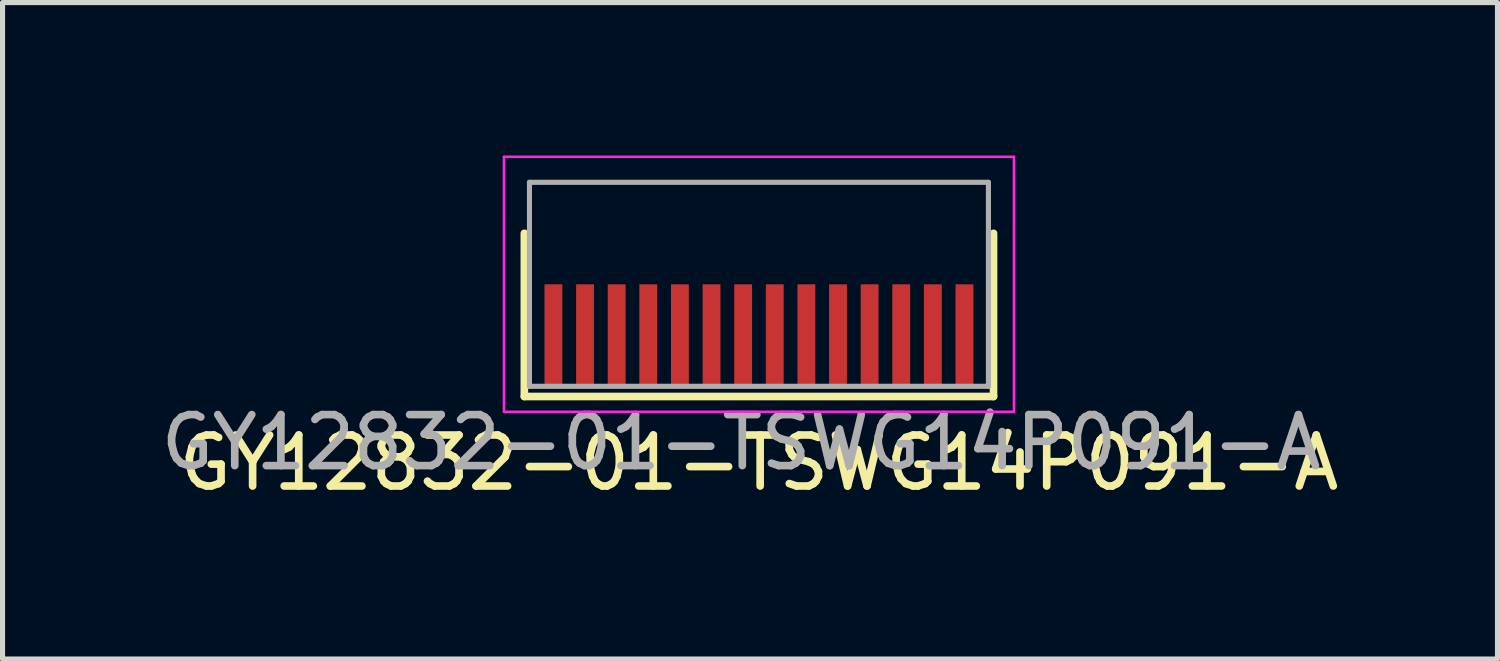
<source format=kicad_pcb>
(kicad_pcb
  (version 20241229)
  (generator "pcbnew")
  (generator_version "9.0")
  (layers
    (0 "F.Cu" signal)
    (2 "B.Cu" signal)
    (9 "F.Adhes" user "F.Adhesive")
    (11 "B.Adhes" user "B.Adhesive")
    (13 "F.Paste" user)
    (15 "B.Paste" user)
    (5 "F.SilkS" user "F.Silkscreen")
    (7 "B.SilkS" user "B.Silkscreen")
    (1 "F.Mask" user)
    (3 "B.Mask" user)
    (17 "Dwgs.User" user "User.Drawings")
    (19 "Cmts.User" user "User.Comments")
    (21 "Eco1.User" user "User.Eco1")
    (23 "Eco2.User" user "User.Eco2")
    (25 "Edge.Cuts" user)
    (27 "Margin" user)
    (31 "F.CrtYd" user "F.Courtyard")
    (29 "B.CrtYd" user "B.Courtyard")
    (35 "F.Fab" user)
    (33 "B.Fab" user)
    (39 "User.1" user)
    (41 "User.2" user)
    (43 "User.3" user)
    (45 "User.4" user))
  (footprint "GY12832-01-TSWG14P091-A"
    (layer "F.Cu")
    (at 11.832 3.525)
    (property "Reference" "GY12832-01-TSWG14P091-A" (at 0 2.5 0) (layer "F.SilkS") (effects (font (size 1 1) (thickness 0.15))))
    (attr smd)
    (fp_line (start -4.6 -2) (end -4.6 1.2) (stroke (width 0.15) (type solid)) (layer "F.SilkS"))
    (fp_line (start -4.6 1.2) (end 4.6 1.2) (stroke (width 0.15) (type solid)) (layer "F.SilkS"))
    (fp_line (start 4.6 1.2) (end 4.6 -2) (stroke (width 0.15) (type solid)) (layer "F.SilkS"))
    (fp_line (start -5 -3.5) (end -5 1.5) (stroke (width 0.05) (type solid)) (layer "F.CrtYd"))
    (fp_line (start 5 -3.5) (end -5 -3.5) (stroke (width 0.05) (type solid)) (layer "F.CrtYd"))
    (fp_line (start 5 -3.5) (end 5 1.5) (stroke (width 0.05) (type solid)) (layer "F.CrtYd"))
    (fp_line (start 5 1.5) (end -5 1.5) (stroke (width 0.05) (type solid)) (layer "F.CrtYd"))
    (fp_line (start -4.5 -3) (end 4.5 -3) (stroke (width 0.1) (type solid)) (layer "F.Fab"))
    (fp_line (start -4.5 1) (end -4.5 -3) (stroke (width 0.1) (type solid)) (layer "F.Fab"))
    (fp_line (start -4.5 1) (end 4.5 1) (stroke (width 0.1) (type solid)) (layer "F.Fab"))
    (fp_line (start 4.5 1) (end 4.5 -3) (stroke (width 0.1) (type solid)) (layer "F.Fab"))
    (fp_text user "${REFERENCE}" (at -0.35 2.1 0) (layer "F.Fab") (effects (font (size 1 1) (thickness 0.15))))
    (pad "1" smd rect (at -4.03 0) (size 0.35 2) (layers "F.Cu" "F.Mask" "F.Paste"))
    (pad "2" smd rect (at -3.41 0) (size 0.35 2) (layers "F.Cu" "F.Mask" "F.Paste"))
    (pad "3" smd rect (at -2.79 0) (size 0.35 2) (layers "F.Cu" "F.Mask" "F.Paste"))
    (pad "4" smd rect (at -2.17 0) (size 0.35 2) (layers "F.Cu" "F.Mask" "F.Paste"))
    (pad "5" smd rect (at -1.55 0) (size 0.35 2) (layers "F.Cu" "F.Mask" "F.Paste"))
    (pad "6" smd rect (at -0.93 0) (size 0.35 2) (layers "F.Cu" "F.Mask" "F.Paste"))
    (pad "7" smd rect (at -0.31 0) (size 0.35 2) (layers "F.Cu" "F.Mask" "F.Paste"))
    (pad "8" smd rect (at 0.31 0) (size 0.35 2) (layers "F.Cu" "F.Mask" "F.Paste"))
    (pad "9" smd rect (at 0.93 0) (size 0.35 2) (layers "F.Cu" "F.Mask" "F.Paste"))
    (pad "10" smd rect (at 1.55 0) (size 0.35 2) (layers "F.Cu" "F.Mask" "F.Paste"))
    (pad "11" smd rect (at 2.17 0) (size 0.35 2) (layers "F.Cu" "F.Mask" "F.Paste"))
    (pad "12" smd rect (at 2.79 0) (size 0.35 2) (layers "F.Cu" "F.Mask" "F.Paste"))
    (pad "13" smd rect (at 3.41 0) (size 0.35 2) (layers "F.Cu" "F.Mask" "F.Paste"))
    (pad "14" smd rect (at 4.03 0) (size 0.35 2) (layers "F.Cu" "F.Mask" "F.Paste")))
  (gr_rect
    (start -3 -3)
    (end 26.314 9.873)
    (stroke (width 0.1) (type default))
    (fill no)
    (layer "Edge.Cuts")))
</source>
